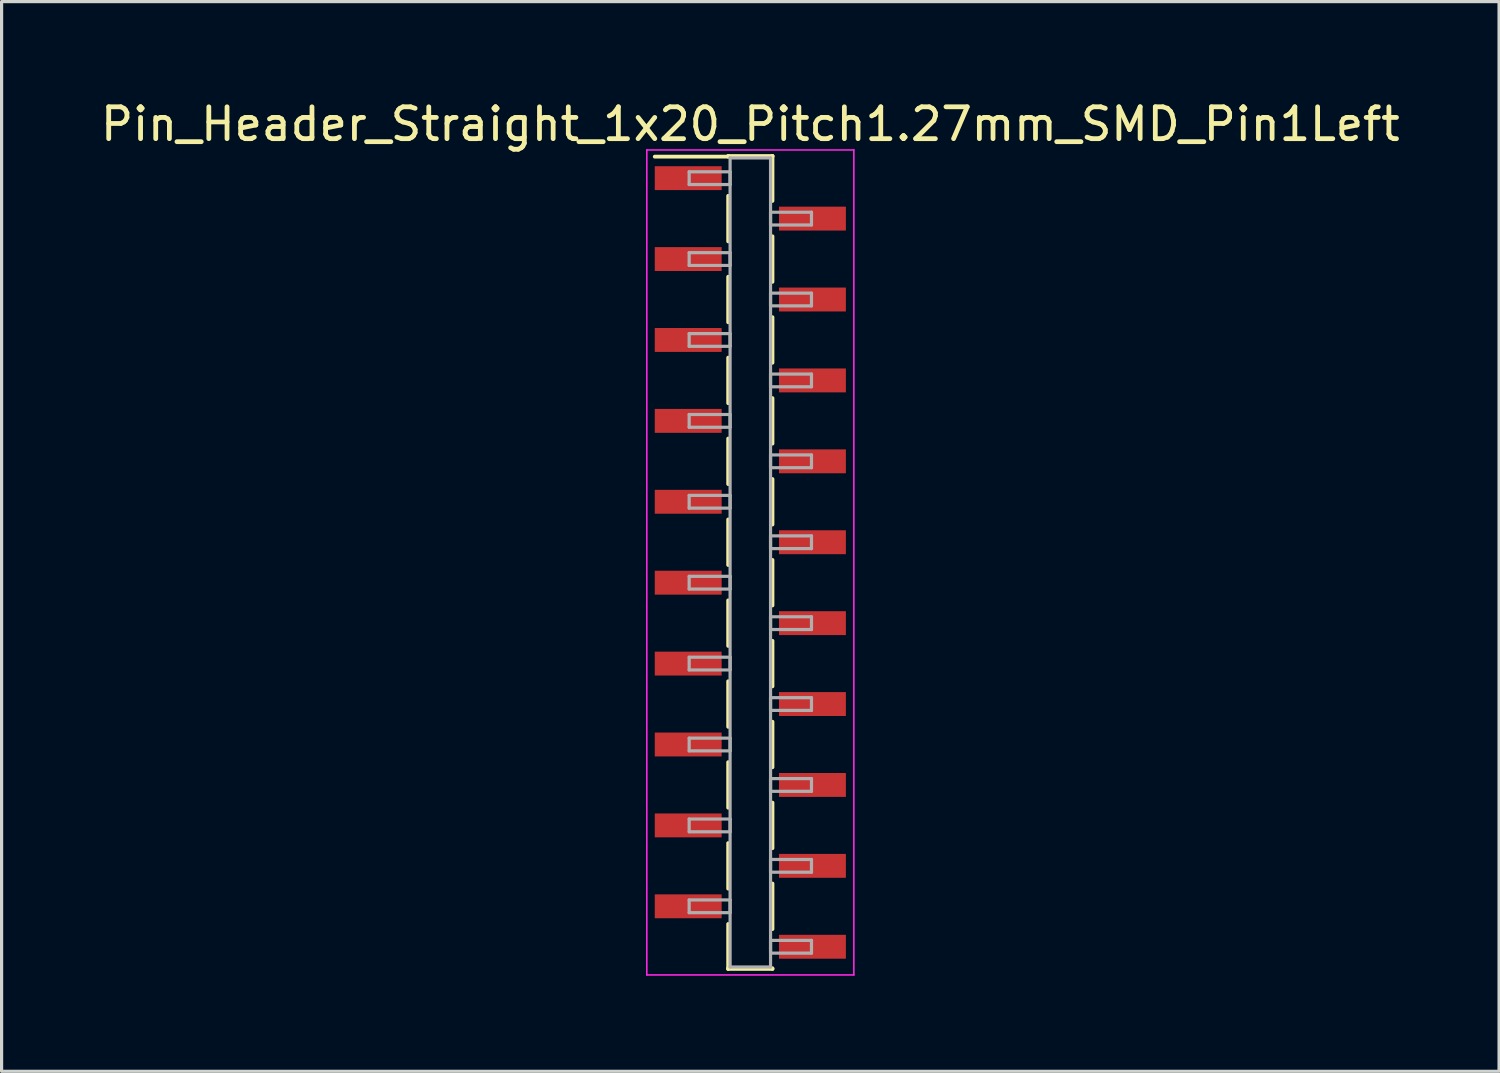
<source format=kicad_pcb>
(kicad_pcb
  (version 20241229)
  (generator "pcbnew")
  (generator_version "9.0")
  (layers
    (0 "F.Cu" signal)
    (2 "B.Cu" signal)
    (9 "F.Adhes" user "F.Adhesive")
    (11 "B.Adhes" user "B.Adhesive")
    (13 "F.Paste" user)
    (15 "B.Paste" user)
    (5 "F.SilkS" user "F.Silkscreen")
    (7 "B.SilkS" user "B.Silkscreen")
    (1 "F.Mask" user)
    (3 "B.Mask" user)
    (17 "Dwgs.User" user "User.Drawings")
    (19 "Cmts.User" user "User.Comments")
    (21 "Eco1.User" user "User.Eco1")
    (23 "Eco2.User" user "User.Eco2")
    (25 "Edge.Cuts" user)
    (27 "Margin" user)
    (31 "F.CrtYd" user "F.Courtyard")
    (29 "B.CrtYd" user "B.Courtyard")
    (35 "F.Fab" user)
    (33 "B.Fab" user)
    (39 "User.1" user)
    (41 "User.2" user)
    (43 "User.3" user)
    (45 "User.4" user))
  (footprint "Pin_Header_Straight_1x20_Pitch1.27mm_SMD_Pin1Left"
    (layer "F.Cu")
    (at 20.506 14.608)
    (property "Reference" "Pin_Header_Straight_1x20_Pitch1.27mm_SMD_Pin1Left" (at 0 -13.76 0) (layer "F.SilkS") (effects (font (size 1 1) (thickness 0.15))))
    (attr smd)
    (fp_line (start -0.695 -12.76) (end 0.695 -12.76) (stroke (width 0.12) (type solid)) (layer "F.SilkS"))
    (fp_line (start -0.695 -12.74) (end -3 -12.74) (stroke (width 0.12) (type solid)) (layer "F.SilkS"))
    (fp_line (start -0.695 -12.74) (end -0.695 -12.76) (stroke (width 0.12) (type solid)) (layer "F.SilkS"))
    (fp_line (start -0.695 -11.51) (end -0.695 -10.08) (stroke (width 0.12) (type solid)) (layer "F.SilkS"))
    (fp_line (start -0.695 -8.97) (end -0.695 -7.54) (stroke (width 0.12) (type solid)) (layer "F.SilkS"))
    (fp_line (start -0.695 -6.43) (end -0.695 -5) (stroke (width 0.12) (type solid)) (layer "F.SilkS"))
    (fp_line (start -0.695 -3.89) (end -0.695 -2.46) (stroke (width 0.12) (type solid)) (layer "F.SilkS"))
    (fp_line (start -0.695 -1.35) (end -0.695 0.08) (stroke (width 0.12) (type solid)) (layer "F.SilkS"))
    (fp_line (start -0.695 1.19) (end -0.695 2.62) (stroke (width 0.12) (type solid)) (layer "F.SilkS"))
    (fp_line (start -0.695 3.73) (end -0.695 5.16) (stroke (width 0.12) (type solid)) (layer "F.SilkS"))
    (fp_line (start -0.695 6.27) (end -0.695 7.7) (stroke (width 0.12) (type solid)) (layer "F.SilkS"))
    (fp_line (start -0.695 8.81) (end -0.695 10.24) (stroke (width 0.12) (type solid)) (layer "F.SilkS"))
    (fp_line (start -0.695 11.35) (end -0.695 12.76) (stroke (width 0.12) (type solid)) (layer "F.SilkS"))
    (fp_line (start -0.695 12.74) (end -0.695 12.76) (stroke (width 0.12) (type solid)) (layer "F.SilkS"))
    (fp_line (start -0.695 12.76) (end 0.695 12.76) (stroke (width 0.12) (type solid)) (layer "F.SilkS"))
    (fp_line (start 0.695 -12.76) (end 0.695 -12.74) (stroke (width 0.12) (type solid)) (layer "F.SilkS"))
    (fp_line (start 0.695 -12.76) (end 0.695 -11.35) (stroke (width 0.12) (type solid)) (layer "F.SilkS"))
    (fp_line (start 0.695 -10.24) (end 0.695 -8.81) (stroke (width 0.12) (type solid)) (layer "F.SilkS"))
    (fp_line (start 0.695 -7.7) (end 0.695 -6.27) (stroke (width 0.12) (type solid)) (layer "F.SilkS"))
    (fp_line (start 0.695 -5.16) (end 0.695 -3.73) (stroke (width 0.12) (type solid)) (layer "F.SilkS"))
    (fp_line (start 0.695 -2.62) (end 0.695 -1.19) (stroke (width 0.12) (type solid)) (layer "F.SilkS"))
    (fp_line (start 0.695 -0.08) (end 0.695 1.35) (stroke (width 0.12) (type solid)) (layer "F.SilkS"))
    (fp_line (start 0.695 2.46) (end 0.695 3.89) (stroke (width 0.12) (type solid)) (layer "F.SilkS"))
    (fp_line (start 0.695 5) (end 0.695 6.43) (stroke (width 0.12) (type solid)) (layer "F.SilkS"))
    (fp_line (start 0.695 7.54) (end 0.695 8.97) (stroke (width 0.12) (type solid)) (layer "F.SilkS"))
    (fp_line (start 0.695 10.08) (end 0.695 11.51) (stroke (width 0.12) (type solid)) (layer "F.SilkS"))
    (fp_line (start 0.695 12.76) (end 0.695 12.74) (stroke (width 0.12) (type solid)) (layer "F.SilkS"))
    (fp_line (start -3.25 -12.95) (end -3.25 12.95) (stroke (width 0.05) (type solid)) (layer "F.CrtYd"))
    (fp_line (start -3.25 12.95) (end 3.25 12.95) (stroke (width 0.05) (type solid)) (layer "F.CrtYd"))
    (fp_line (start 3.25 -12.95) (end -3.25 -12.95) (stroke (width 0.05) (type solid)) (layer "F.CrtYd"))
    (fp_line (start 3.25 12.95) (end 3.25 -12.95) (stroke (width 0.05) (type solid)) (layer "F.CrtYd"))
    (fp_line (start -1.92 -12.265) (end -0.635 -12.265) (stroke (width 0.1) (type solid)) (layer "F.Fab"))
    (fp_line (start -1.92 -11.865) (end -1.92 -12.265) (stroke (width 0.1) (type solid)) (layer "F.Fab"))
    (fp_line (start -1.92 -9.725) (end -0.635 -9.725) (stroke (width 0.1) (type solid)) (layer "F.Fab"))
    (fp_line (start -1.92 -9.325) (end -1.92 -9.725) (stroke (width 0.1) (type solid)) (layer "F.Fab"))
    (fp_line (start -1.92 -7.185) (end -0.635 -7.185) (stroke (width 0.1) (type solid)) (layer "F.Fab"))
    (fp_line (start -1.92 -6.785) (end -1.92 -7.185) (stroke (width 0.1) (type solid)) (layer "F.Fab"))
    (fp_line (start -1.92 -4.645) (end -0.635 -4.645) (stroke (width 0.1) (type solid)) (layer "F.Fab"))
    (fp_line (start -1.92 -4.245) (end -1.92 -4.645) (stroke (width 0.1) (type solid)) (layer "F.Fab"))
    (fp_line (start -1.92 -2.105) (end -0.635 -2.105) (stroke (width 0.1) (type solid)) (layer "F.Fab"))
    (fp_line (start -1.92 -1.705) (end -1.92 -2.105) (stroke (width 0.1) (type solid)) (layer "F.Fab"))
    (fp_line (start -1.92 0.435) (end -0.635 0.435) (stroke (width 0.1) (type solid)) (layer "F.Fab"))
    (fp_line (start -1.92 0.835) (end -1.92 0.435) (stroke (width 0.1) (type solid)) (layer "F.Fab"))
    (fp_line (start -1.92 2.975) (end -0.635 2.975) (stroke (width 0.1) (type solid)) (layer "F.Fab"))
    (fp_line (start -1.92 3.375) (end -1.92 2.975) (stroke (width 0.1) (type solid)) (layer "F.Fab"))
    (fp_line (start -1.92 5.515) (end -0.635 5.515) (stroke (width 0.1) (type solid)) (layer "F.Fab"))
    (fp_line (start -1.92 5.915) (end -1.92 5.515) (stroke (width 0.1) (type solid)) (layer "F.Fab"))
    (fp_line (start -1.92 8.055) (end -0.635 8.055) (stroke (width 0.1) (type solid)) (layer "F.Fab"))
    (fp_line (start -1.92 8.455) (end -1.92 8.055) (stroke (width 0.1) (type solid)) (layer "F.Fab"))
    (fp_line (start -1.92 10.595) (end -0.635 10.595) (stroke (width 0.1) (type solid)) (layer "F.Fab"))
    (fp_line (start -1.92 10.995) (end -1.92 10.595) (stroke (width 0.1) (type solid)) (layer "F.Fab"))
    (fp_line (start -0.635 -12.7) (end -0.635 12.7) (stroke (width 0.1) (type solid)) (layer "F.Fab"))
    (fp_line (start -0.635 -12.265) (end -0.635 -11.865) (stroke (width 0.1) (type solid)) (layer "F.Fab"))
    (fp_line (start -0.635 -11.865) (end -1.92 -11.865) (stroke (width 0.1) (type solid)) (layer "F.Fab"))
    (fp_line (start -0.635 -9.725) (end -0.635 -9.325) (stroke (width 0.1) (type solid)) (layer "F.Fab"))
    (fp_line (start -0.635 -9.325) (end -1.92 -9.325) (stroke (width 0.1) (type solid)) (layer "F.Fab"))
    (fp_line (start -0.635 -7.185) (end -0.635 -6.785) (stroke (width 0.1) (type solid)) (layer "F.Fab"))
    (fp_line (start -0.635 -6.785) (end -1.92 -6.785) (stroke (width 0.1) (type solid)) (layer "F.Fab"))
    (fp_line (start -0.635 -4.645) (end -0.635 -4.245) (stroke (width 0.1) (type solid)) (layer "F.Fab"))
    (fp_line (start -0.635 -4.245) (end -1.92 -4.245) (stroke (width 0.1) (type solid)) (layer "F.Fab"))
    (fp_line (start -0.635 -2.105) (end -0.635 -1.705) (stroke (width 0.1) (type solid)) (layer "F.Fab"))
    (fp_line (start -0.635 -1.705) (end -1.92 -1.705) (stroke (width 0.1) (type solid)) (layer "F.Fab"))
    (fp_line (start -0.635 0.435) (end -0.635 0.835) (stroke (width 0.1) (type solid)) (layer "F.Fab"))
    (fp_line (start -0.635 0.835) (end -1.92 0.835) (stroke (width 0.1) (type solid)) (layer "F.Fab"))
    (fp_line (start -0.635 2.975) (end -0.635 3.375) (stroke (width 0.1) (type solid)) (layer "F.Fab"))
    (fp_line (start -0.635 3.375) (end -1.92 3.375) (stroke (width 0.1) (type solid)) (layer "F.Fab"))
    (fp_line (start -0.635 5.515) (end -0.635 5.915) (stroke (width 0.1) (type solid)) (layer "F.Fab"))
    (fp_line (start -0.635 5.915) (end -1.92 5.915) (stroke (width 0.1) (type solid)) (layer "F.Fab"))
    (fp_line (start -0.635 8.055) (end -0.635 8.455) (stroke (width 0.1) (type solid)) (layer "F.Fab"))
    (fp_line (start -0.635 8.455) (end -1.92 8.455) (stroke (width 0.1) (type solid)) (layer "F.Fab"))
    (fp_line (start -0.635 10.595) (end -0.635 10.995) (stroke (width 0.1) (type solid)) (layer "F.Fab"))
    (fp_line (start -0.635 10.995) (end -1.92 10.995) (stroke (width 0.1) (type solid)) (layer "F.Fab"))
    (fp_line (start -0.635 12.7) (end 0.635 12.7) (stroke (width 0.1) (type solid)) (layer "F.Fab"))
    (fp_line (start 0.635 -12.7) (end -0.635 -12.7) (stroke (width 0.1) (type solid)) (layer "F.Fab"))
    (fp_line (start 0.635 -10.995) (end 0.635 -10.595) (stroke (width 0.1) (type solid)) (layer "F.Fab"))
    (fp_line (start 0.635 -10.595) (end 1.92 -10.595) (stroke (width 0.1) (type solid)) (layer "F.Fab"))
    (fp_line (start 0.635 -8.455) (end 0.635 -8.055) (stroke (width 0.1) (type solid)) (layer "F.Fab"))
    (fp_line (start 0.635 -8.055) (end 1.92 -8.055) (stroke (width 0.1) (type solid)) (layer "F.Fab"))
    (fp_line (start 0.635 -5.915) (end 0.635 -5.515) (stroke (width 0.1) (type solid)) (layer "F.Fab"))
    (fp_line (start 0.635 -5.515) (end 1.92 -5.515) (stroke (width 0.1) (type solid)) (layer "F.Fab"))
    (fp_line (start 0.635 -3.375) (end 0.635 -2.975) (stroke (width 0.1) (type solid)) (layer "F.Fab"))
    (fp_line (start 0.635 -2.975) (end 1.92 -2.975) (stroke (width 0.1) (type solid)) (layer "F.Fab"))
    (fp_line (start 0.635 -0.835) (end 0.635 -0.435) (stroke (width 0.1) (type solid)) (layer "F.Fab"))
    (fp_line (start 0.635 -0.435) (end 1.92 -0.435) (stroke (width 0.1) (type solid)) (layer "F.Fab"))
    (fp_line (start 0.635 1.705) (end 0.635 2.105) (stroke (width 0.1) (type solid)) (layer "F.Fab"))
    (fp_line (start 0.635 2.105) (end 1.92 2.105) (stroke (width 0.1) (type solid)) (layer "F.Fab"))
    (fp_line (start 0.635 4.245) (end 0.635 4.645) (stroke (width 0.1) (type solid)) (layer "F.Fab"))
    (fp_line (start 0.635 4.645) (end 1.92 4.645) (stroke (width 0.1) (type solid)) (layer "F.Fab"))
    (fp_line (start 0.635 6.785) (end 0.635 7.185) (stroke (width 0.1) (type solid)) (layer "F.Fab"))
    (fp_line (start 0.635 7.185) (end 1.92 7.185) (stroke (width 0.1) (type solid)) (layer "F.Fab"))
    (fp_line (start 0.635 9.325) (end 0.635 9.725) (stroke (width 0.1) (type solid)) (layer "F.Fab"))
    (fp_line (start 0.635 9.725) (end 1.92 9.725) (stroke (width 0.1) (type solid)) (layer "F.Fab"))
    (fp_line (start 0.635 11.865) (end 0.635 12.265) (stroke (width 0.1) (type solid)) (layer "F.Fab"))
    (fp_line (start 0.635 12.265) (end 1.92 12.265) (stroke (width 0.1) (type solid)) (layer "F.Fab"))
    (fp_line (start 0.635 12.7) (end 0.635 -12.7) (stroke (width 0.1) (type solid)) (layer "F.Fab"))
    (fp_line (start 1.92 -10.995) (end 0.635 -10.995) (stroke (width 0.1) (type solid)) (layer "F.Fab"))
    (fp_line (start 1.92 -10.595) (end 1.92 -10.995) (stroke (width 0.1) (type solid)) (layer "F.Fab"))
    (fp_line (start 1.92 -8.455) (end 0.635 -8.455) (stroke (width 0.1) (type solid)) (layer "F.Fab"))
    (fp_line (start 1.92 -8.055) (end 1.92 -8.455) (stroke (width 0.1) (type solid)) (layer "F.Fab"))
    (fp_line (start 1.92 -5.915) (end 0.635 -5.915) (stroke (width 0.1) (type solid)) (layer "F.Fab"))
    (fp_line (start 1.92 -5.515) (end 1.92 -5.915) (stroke (width 0.1) (type solid)) (layer "F.Fab"))
    (fp_line (start 1.92 -3.375) (end 0.635 -3.375) (stroke (width 0.1) (type solid)) (layer "F.Fab"))
    (fp_line (start 1.92 -2.975) (end 1.92 -3.375) (stroke (width 0.1) (type solid)) (layer "F.Fab"))
    (fp_line (start 1.92 -0.835) (end 0.635 -0.835) (stroke (width 0.1) (type solid)) (layer "F.Fab"))
    (fp_line (start 1.92 -0.435) (end 1.92 -0.835) (stroke (width 0.1) (type solid)) (layer "F.Fab"))
    (fp_line (start 1.92 1.705) (end 0.635 1.705) (stroke (width 0.1) (type solid)) (layer "F.Fab"))
    (fp_line (start 1.92 2.105) (end 1.92 1.705) (stroke (width 0.1) (type solid)) (layer "F.Fab"))
    (fp_line (start 1.92 4.245) (end 0.635 4.245) (stroke (width 0.1) (type solid)) (layer "F.Fab"))
    (fp_line (start 1.92 4.645) (end 1.92 4.245) (stroke (width 0.1) (type solid)) (layer "F.Fab"))
    (fp_line (start 1.92 6.785) (end 0.635 6.785) (stroke (width 0.1) (type solid)) (layer "F.Fab"))
    (fp_line (start 1.92 7.185) (end 1.92 6.785) (stroke (width 0.1) (type solid)) (layer "F.Fab"))
    (fp_line (start 1.92 9.325) (end 0.635 9.325) (stroke (width 0.1) (type solid)) (layer "F.Fab"))
    (fp_line (start 1.92 9.725) (end 1.92 9.325) (stroke (width 0.1) (type solid)) (layer "F.Fab"))
    (fp_line (start 1.92 11.865) (end 0.635 11.865) (stroke (width 0.1) (type solid)) (layer "F.Fab"))
    (fp_line (start 1.92 12.265) (end 1.92 11.865) (stroke (width 0.1) (type solid)) (layer "F.Fab"))
    (pad "1" smd rect (at -1.95 -12.065) (size 2.1 0.75) (layers "F.Cu" "F.Mask"))
    (pad "2" smd rect (at 1.95 -10.795) (size 2.1 0.75) (layers "F.Cu" "F.Mask"))
    (pad "3" smd rect (at -1.95 -9.525) (size 2.1 0.75) (layers "F.Cu" "F.Mask"))
    (pad "4" smd rect (at 1.95 -8.255) (size 2.1 0.75) (layers "F.Cu" "F.Mask"))
    (pad "5" smd rect (at -1.95 -6.985) (size 2.1 0.75) (layers "F.Cu" "F.Mask"))
    (pad "6" smd rect (at 1.95 -5.715) (size 2.1 0.75) (layers "F.Cu" "F.Mask"))
    (pad "7" smd rect (at -1.95 -4.445) (size 2.1 0.75) (layers "F.Cu" "F.Mask"))
    (pad "8" smd rect (at 1.95 -3.175) (size 2.1 0.75) (layers "F.Cu" "F.Mask"))
    (pad "9" smd rect (at -1.95 -1.905) (size 2.1 0.75) (layers "F.Cu" "F.Mask"))
    (pad "10" smd rect (at 1.95 -0.635) (size 2.1 0.75) (layers "F.Cu" "F.Mask"))
    (pad "11" smd rect (at -1.95 0.635) (size 2.1 0.75) (layers "F.Cu" "F.Mask"))
    (pad "12" smd rect (at 1.95 1.905) (size 2.1 0.75) (layers "F.Cu" "F.Mask"))
    (pad "13" smd rect (at -1.95 3.175) (size 2.1 0.75) (layers "F.Cu" "F.Mask"))
    (pad "14" smd rect (at 1.95 4.445) (size 2.1 0.75) (layers "F.Cu" "F.Mask"))
    (pad "15" smd rect (at -1.95 5.715) (size 2.1 0.75) (layers "F.Cu" "F.Mask"))
    (pad "16" smd rect (at 1.95 6.985) (size 2.1 0.75) (layers "F.Cu" "F.Mask"))
    (pad "17" smd rect (at -1.95 8.255) (size 2.1 0.75) (layers "F.Cu" "F.Mask"))
    (pad "18" smd rect (at 1.95 9.525) (size 2.1 0.75) (layers "F.Cu" "F.Mask"))
    (pad "19" smd rect (at -1.95 10.795) (size 2.1 0.75) (layers "F.Cu" "F.Mask"))
    (pad "20" smd rect (at 1.95 12.065) (size 2.1 0.75) (layers "F.Cu" "F.Mask")))
  (gr_rect
    (start -3 -3)
    (end 44.012 30.583)
    (stroke (width 0.1) (type default))
    (fill no)
    (layer "Edge.Cuts")))
</source>
